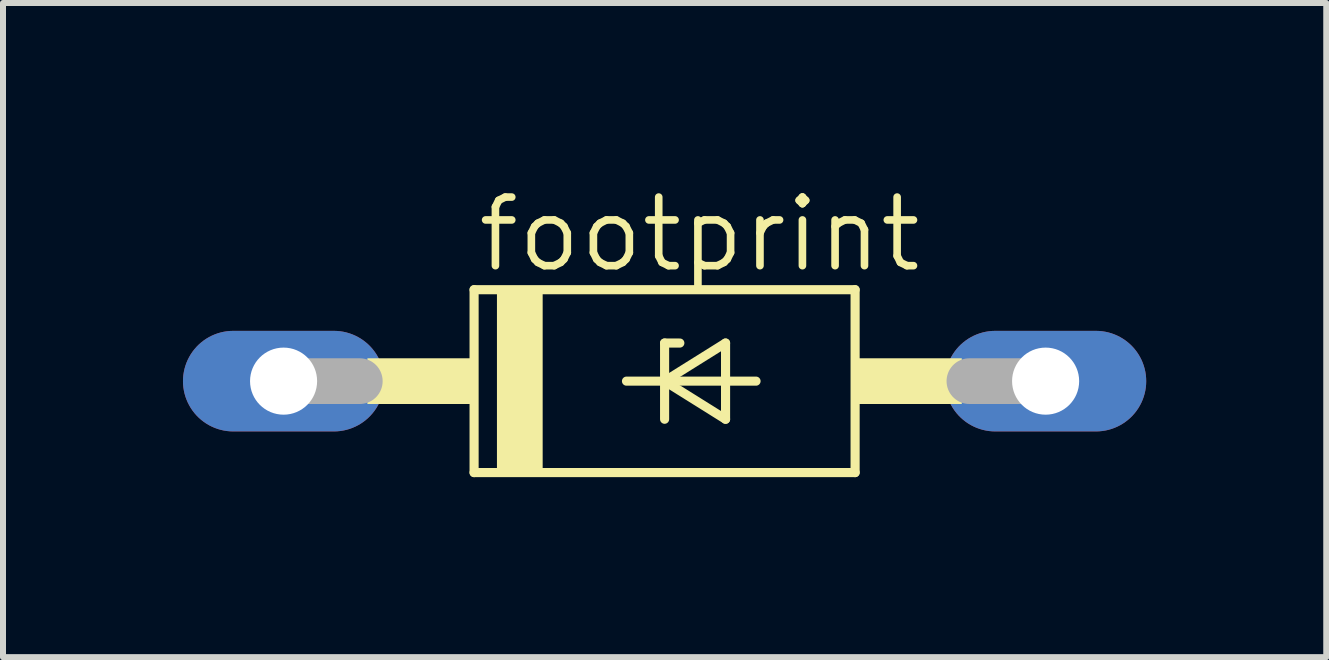
<source format=kicad_pcb>
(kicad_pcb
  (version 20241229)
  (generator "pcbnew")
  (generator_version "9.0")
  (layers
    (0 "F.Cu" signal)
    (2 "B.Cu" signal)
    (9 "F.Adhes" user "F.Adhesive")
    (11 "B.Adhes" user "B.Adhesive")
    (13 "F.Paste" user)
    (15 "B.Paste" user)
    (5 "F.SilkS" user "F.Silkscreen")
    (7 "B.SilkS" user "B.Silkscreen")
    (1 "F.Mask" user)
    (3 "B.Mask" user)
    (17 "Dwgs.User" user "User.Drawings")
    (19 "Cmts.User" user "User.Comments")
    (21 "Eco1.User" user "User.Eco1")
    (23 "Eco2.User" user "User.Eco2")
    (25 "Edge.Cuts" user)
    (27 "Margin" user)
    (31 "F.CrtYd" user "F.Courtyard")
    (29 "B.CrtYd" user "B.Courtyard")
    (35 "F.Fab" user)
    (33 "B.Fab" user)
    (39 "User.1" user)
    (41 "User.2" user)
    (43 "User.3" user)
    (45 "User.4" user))
  (footprint "footprint"
    (layer "F.Cu")
    (at 8.026 3.302)
    (property "Reference" "footprint" (at -3.175 -1.778 0) (layer "F.SilkS") (effects (font (size 1.143 1.143) (thickness 0.127)) (justify left bottom)))
    (fp_line (start -3.175 -1.524) (end -3.175 1.524) (stroke (width 0.152) (type solid)) (layer "F.SilkS"))
    (fp_line (start -3.175 1.524) (end 3.175 1.524) (stroke (width 0.152) (type solid)) (layer "F.SilkS"))
    (fp_line (start -0.635 0) (end 0 0) (stroke (width 0.152) (type solid)) (layer "F.SilkS"))
    (fp_line (start 0 -0.635) (end 0 0) (stroke (width 0.152) (type solid)) (layer "F.SilkS"))
    (fp_line (start 0 0) (end 0 0.635) (stroke (width 0.152) (type solid)) (layer "F.SilkS"))
    (fp_line (start 0 0) (end 1.016 -0.635) (stroke (width 0.152) (type solid)) (layer "F.SilkS"))
    (fp_line (start 0 0) (end 1.524 0) (stroke (width 0.152) (type solid)) (layer "F.SilkS"))
    (fp_line (start 0.254 -0.635) (end 0 -0.635) (stroke (width 0.152) (type solid)) (layer "F.SilkS"))
    (fp_line (start 1.016 -0.635) (end 1.016 0.635) (stroke (width 0.152) (type solid)) (layer "F.SilkS"))
    (fp_line (start 1.016 0.635) (end 0 0) (stroke (width 0.152) (type solid)) (layer "F.SilkS"))
    (fp_line (start 3.175 -1.524) (end -3.175 -1.524) (stroke (width 0.152) (type solid)) (layer "F.SilkS"))
    (fp_line (start 3.175 1.524) (end 3.175 -1.524) (stroke (width 0.152) (type solid)) (layer "F.SilkS"))
    (fp_poly (pts (xy -4.953 0.381) (xy -3.175 0.381) (xy -3.175 -0.381) (xy -4.953 -0.381)) (stroke (width 0) (type solid)) (fill yes) (layer "F.SilkS"))
    (fp_poly (pts (xy -2.794 1.524) (xy -2.032 1.524) (xy -2.032 -1.524) (xy -2.794 -1.524)) (stroke (width 0) (type solid)) (fill yes) (layer "F.SilkS"))
    (fp_poly (pts (xy 3.175 0.381) (xy 4.953 0.381) (xy 4.953 -0.381) (xy 3.175 -0.381)) (stroke (width 0) (type solid)) (fill yes) (layer "F.SilkS"))
    (fp_line (start -6.35 0) (end -5.08 0) (stroke (width 0.762) (type solid)) (layer "F.Fab"))
    (fp_line (start 6.35 0) (end 5.08 0) (stroke (width 0.762) (type solid)) (layer "F.Fab"))
    (pad "A" thru_hole oval (at 6.35 0) (size 3.353 1.676) (drill 1.118) (layers "*.Cu" "*.Mask"))
    (pad "C" thru_hole oval (at -6.35 0) (size 3.353 1.676) (drill 1.118) (layers "*.Cu" "*.Mask")))
  (gr_rect
    (start -3 -3)
    (end 19.053 7.902)
    (stroke (width 0.1) (type default))
    (fill no)
    (layer "Edge.Cuts")))
</source>
